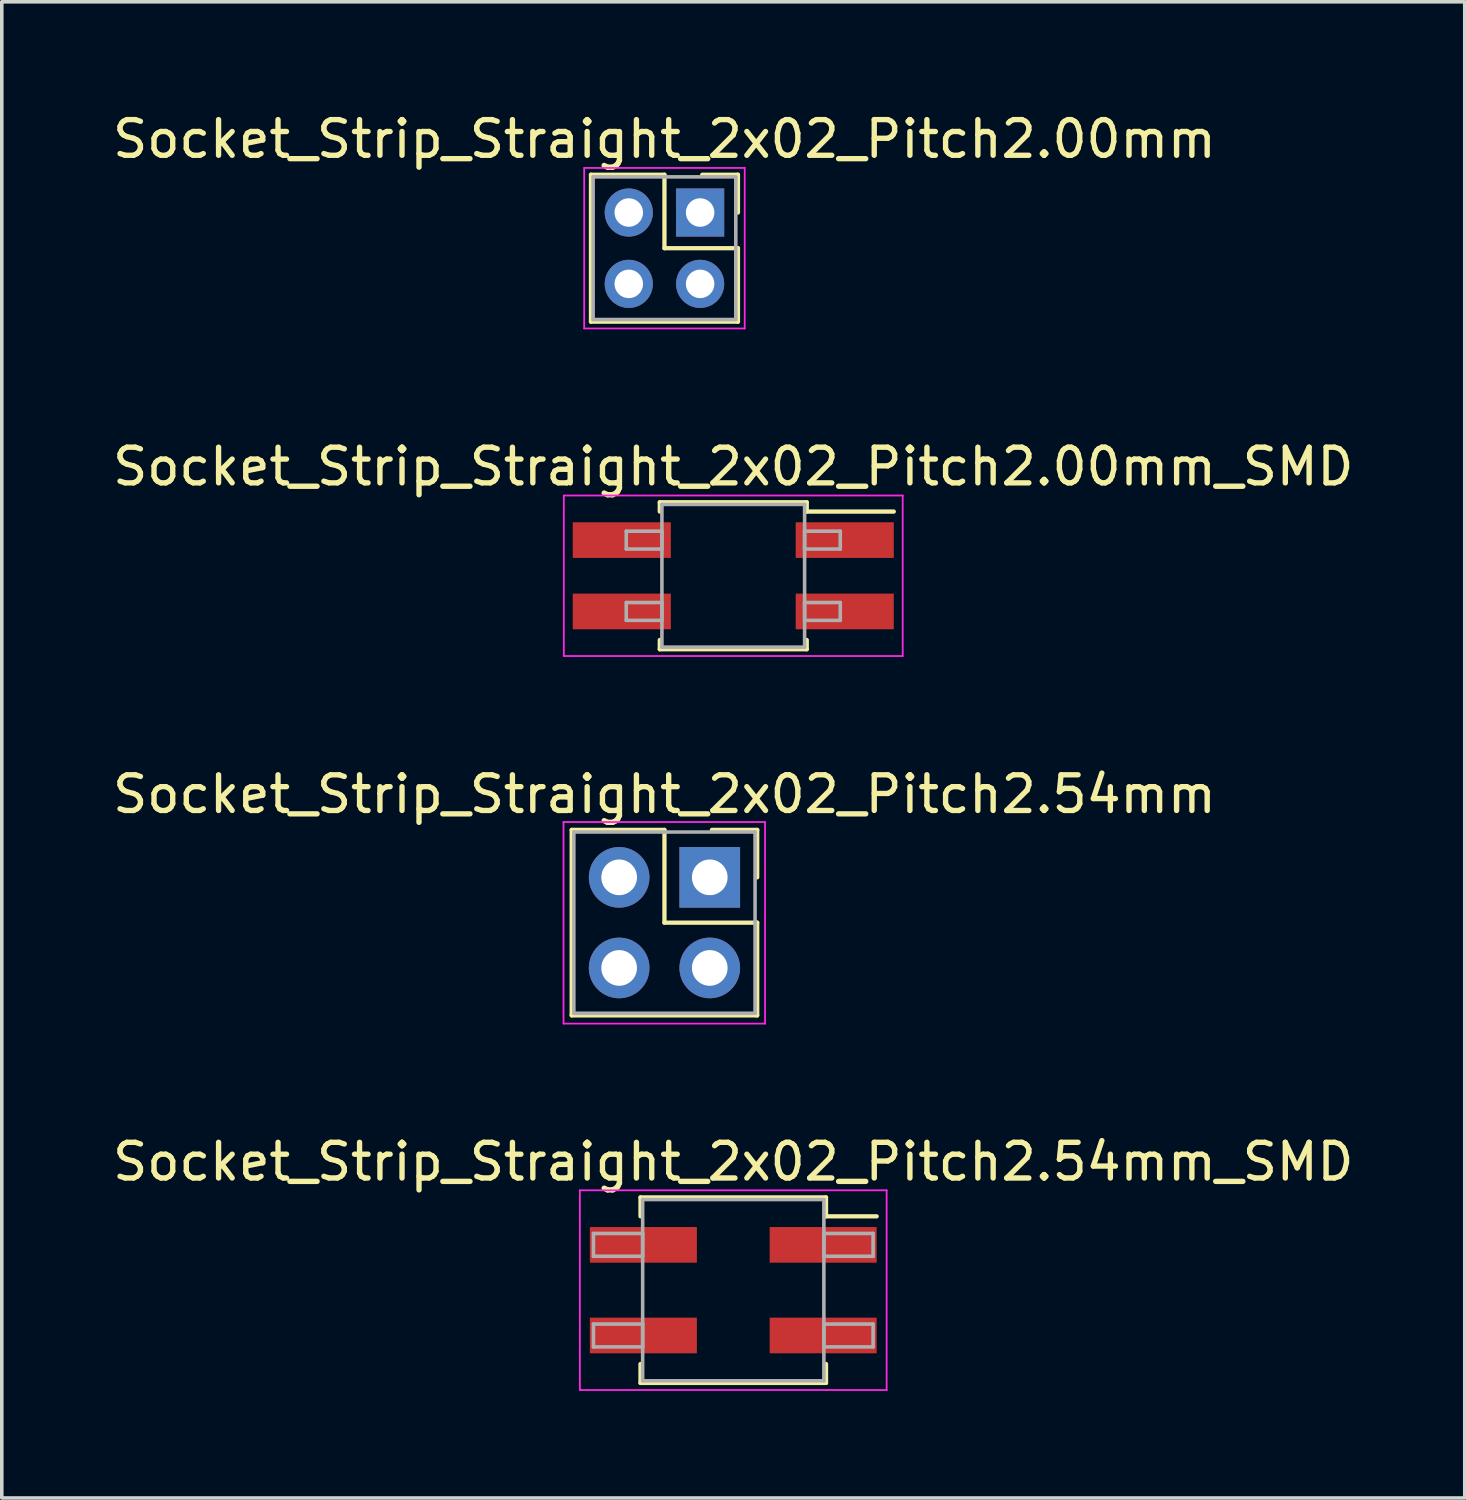
<source format=kicad_pcb>
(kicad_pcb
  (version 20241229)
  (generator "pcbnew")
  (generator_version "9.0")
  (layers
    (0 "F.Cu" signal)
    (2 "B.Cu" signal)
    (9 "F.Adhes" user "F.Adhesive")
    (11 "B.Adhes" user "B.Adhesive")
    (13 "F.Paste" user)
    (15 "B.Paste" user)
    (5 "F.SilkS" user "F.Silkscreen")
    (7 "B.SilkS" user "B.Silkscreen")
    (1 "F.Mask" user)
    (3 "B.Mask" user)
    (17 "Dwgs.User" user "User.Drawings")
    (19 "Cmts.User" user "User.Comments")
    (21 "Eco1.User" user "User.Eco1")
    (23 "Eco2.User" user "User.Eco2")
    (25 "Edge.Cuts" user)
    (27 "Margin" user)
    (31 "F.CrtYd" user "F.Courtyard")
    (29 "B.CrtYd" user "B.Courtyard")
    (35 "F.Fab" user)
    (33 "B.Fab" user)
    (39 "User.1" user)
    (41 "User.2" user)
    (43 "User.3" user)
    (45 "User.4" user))
  (footprint "Socket_Strip_Straight_2x02_Pitch2.00mm_SMD"
    (layer "F.Cu")
    (at 17.506 13.091)
    (property "Reference" "Socket_Strip_Straight_2x02_Pitch2.00mm_SMD" (at 0 -3.06 0) (layer "F.SilkS") (effects (font (size 1 1) (thickness 0.15))))
    (attr smd)
    (fp_line (start -2.06 -2.06) (end 2.06 -2.06) (stroke (width 0.12) (type solid)) (layer "F.SilkS"))
    (fp_line (start -2.06 -1.8) (end -2.06 -2.06) (stroke (width 0.12) (type solid)) (layer "F.SilkS"))
    (fp_line (start -2.06 1.8) (end -2.06 2.06) (stroke (width 0.12) (type solid)) (layer "F.SilkS"))
    (fp_line (start -2.06 2.06) (end 2.06 2.06) (stroke (width 0.12) (type solid)) (layer "F.SilkS"))
    (fp_line (start 2.06 -2.06) (end 2.06 -1.8) (stroke (width 0.12) (type solid)) (layer "F.SilkS"))
    (fp_line (start 2.06 2.06) (end 2.06 1.8) (stroke (width 0.12) (type solid)) (layer "F.SilkS"))
    (fp_line (start 4.5 -1.8) (end 2.06 -1.8) (stroke (width 0.12) (type solid)) (layer "F.SilkS"))
    (fp_line (start -4.75 -2.25) (end -4.75 2.25) (stroke (width 0.05) (type solid)) (layer "F.CrtYd"))
    (fp_line (start -4.75 2.25) (end 4.75 2.25) (stroke (width 0.05) (type solid)) (layer "F.CrtYd"))
    (fp_line (start 4.75 -2.25) (end -4.75 -2.25) (stroke (width 0.05) (type solid)) (layer "F.CrtYd"))
    (fp_line (start 4.75 2.25) (end 4.75 -2.25) (stroke (width 0.05) (type solid)) (layer "F.CrtYd"))
    (fp_line (start -3 -1.25) (end -2 -1.25) (stroke (width 0.1) (type solid)) (layer "F.Fab"))
    (fp_line (start -3 -0.75) (end -3 -1.25) (stroke (width 0.1) (type solid)) (layer "F.Fab"))
    (fp_line (start -3 0.75) (end -2 0.75) (stroke (width 0.1) (type solid)) (layer "F.Fab"))
    (fp_line (start -3 1.25) (end -3 0.75) (stroke (width 0.1) (type solid)) (layer "F.Fab"))
    (fp_line (start -2 -2) (end -2 2) (stroke (width 0.1) (type solid)) (layer "F.Fab"))
    (fp_line (start -2 -1.25) (end -2 -0.75) (stroke (width 0.1) (type solid)) (layer "F.Fab"))
    (fp_line (start -2 -0.75) (end -3 -0.75) (stroke (width 0.1) (type solid)) (layer "F.Fab"))
    (fp_line (start -2 0.75) (end -2 1.25) (stroke (width 0.1) (type solid)) (layer "F.Fab"))
    (fp_line (start -2 1.25) (end -3 1.25) (stroke (width 0.1) (type solid)) (layer "F.Fab"))
    (fp_line (start -2 2) (end 2 2) (stroke (width 0.1) (type solid)) (layer "F.Fab"))
    (fp_line (start 2 -2) (end -2 -2) (stroke (width 0.1) (type solid)) (layer "F.Fab"))
    (fp_line (start 2 -1.25) (end 2 -0.75) (stroke (width 0.1) (type solid)) (layer "F.Fab"))
    (fp_line (start 2 -0.75) (end 3 -0.75) (stroke (width 0.1) (type solid)) (layer "F.Fab"))
    (fp_line (start 2 0.75) (end 2 1.25) (stroke (width 0.1) (type solid)) (layer "F.Fab"))
    (fp_line (start 2 1.25) (end 3 1.25) (stroke (width 0.1) (type solid)) (layer "F.Fab"))
    (fp_line (start 2 2) (end 2 -2) (stroke (width 0.1) (type solid)) (layer "F.Fab"))
    (fp_line (start 3 -1.25) (end 2 -1.25) (stroke (width 0.1) (type solid)) (layer "F.Fab"))
    (fp_line (start 3 -0.75) (end 3 -1.25) (stroke (width 0.1) (type solid)) (layer "F.Fab"))
    (fp_line (start 3 0.75) (end 2 0.75) (stroke (width 0.1) (type solid)) (layer "F.Fab"))
    (fp_line (start 3 1.25) (end 3 0.75) (stroke (width 0.1) (type solid)) (layer "F.Fab"))
    (pad "1" smd rect (at 3.125 -1) (size 2.75 1) (layers "F.Cu" "F.Mask"))
    (pad "2" smd rect (at -3.125 -1) (size 2.75 1) (layers "F.Cu" "F.Mask"))
    (pad "3" smd rect (at 3.125 1) (size 2.75 1) (layers "F.Cu" "F.Mask"))
    (pad "4" smd rect (at -3.125 1) (size 2.75 1) (layers "F.Cu" "F.Mask")))
  (footprint "Socket_Strip_Straight_2x02_Pitch2.00mm"
    (layer "F.Cu")
    (at 16.577 2.908)
    (property "Reference" "Socket_Strip_Straight_2x02_Pitch2.00mm" (at -1 -2.06 0) (layer "F.SilkS") (effects (font (size 1 1) (thickness 0.15))))
    (attr through_hole)
    (fp_line (start -3.06 -1.06) (end -1 -1.06) (stroke (width 0.12) (type solid)) (layer "F.SilkS"))
    (fp_line (start -3.06 3.06) (end -3.06 -1.06) (stroke (width 0.12) (type solid)) (layer "F.SilkS"))
    (fp_line (start -1 -1.06) (end -1 1) (stroke (width 0.12) (type solid)) (layer "F.SilkS"))
    (fp_line (start -1 1) (end 1.06 1) (stroke (width 0.12) (type solid)) (layer "F.SilkS"))
    (fp_line (start 1.06 -1.06) (end 0.06 -1.06) (stroke (width 0.12) (type solid)) (layer "F.SilkS"))
    (fp_line (start 1.06 0) (end 1.06 -1.06) (stroke (width 0.12) (type solid)) (layer "F.SilkS"))
    (fp_line (start 1.06 1) (end 1.06 3.06) (stroke (width 0.12) (type solid)) (layer "F.SilkS"))
    (fp_line (start 1.06 3.06) (end -3.06 3.06) (stroke (width 0.12) (type solid)) (layer "F.SilkS"))
    (fp_line (start -3.25 -1.25) (end -3.25 3.25) (stroke (width 0.05) (type solid)) (layer "F.CrtYd"))
    (fp_line (start -3.25 3.25) (end 1.25 3.25) (stroke (width 0.05) (type solid)) (layer "F.CrtYd"))
    (fp_line (start 1.25 -1.25) (end -3.25 -1.25) (stroke (width 0.05) (type solid)) (layer "F.CrtYd"))
    (fp_line (start 1.25 3.25) (end 1.25 -1.25) (stroke (width 0.05) (type solid)) (layer "F.CrtYd"))
    (fp_line (start -3 -1) (end -3 3) (stroke (width 0.1) (type solid)) (layer "F.Fab"))
    (fp_line (start -3 3) (end 1 3) (stroke (width 0.1) (type solid)) (layer "F.Fab"))
    (fp_line (start 1 -1) (end -3 -1) (stroke (width 0.1) (type solid)) (layer "F.Fab"))
    (fp_line (start 1 3) (end 1 -1) (stroke (width 0.1) (type solid)) (layer "F.Fab"))
    (pad "1" thru_hole rect (at 0 0) (size 1.35 1.35) (drill 0.8) (layers "*.Cu" "*.Mask"))
    (pad "2" thru_hole oval (at -2 0) (size 1.35 1.35) (drill 0.8) (layers "*.Cu" "*.Mask"))
    (pad "3" thru_hole oval (at 0 2) (size 1.35 1.35) (drill 0.8) (layers "*.Cu" "*.Mask"))
    (pad "4" thru_hole oval (at -2 2) (size 1.35 1.35) (drill 0.8) (layers "*.Cu" "*.Mask")))
  (footprint "Socket_Strip_Straight_2x02_Pitch2.54mm_SMD"
    (layer "F.Cu")
    (at 17.506 33.118)
    (property "Reference" "Socket_Strip_Straight_2x02_Pitch2.54mm_SMD" (at 0 -3.6 0) (layer "F.SilkS") (effects (font (size 1 1) (thickness 0.15))))
    (attr smd)
    (fp_line (start -2.6 -2.6) (end 2.6 -2.6) (stroke (width 0.12) (type solid)) (layer "F.SilkS"))
    (fp_line (start -2.6 -2.07) (end -2.6 -2.6) (stroke (width 0.12) (type solid)) (layer "F.SilkS"))
    (fp_line (start -2.6 2.07) (end -2.6 2.6) (stroke (width 0.12) (type solid)) (layer "F.SilkS"))
    (fp_line (start -2.6 2.6) (end 2.6 2.6) (stroke (width 0.12) (type solid)) (layer "F.SilkS"))
    (fp_line (start 2.6 -2.6) (end 2.6 -2.07) (stroke (width 0.12) (type solid)) (layer "F.SilkS"))
    (fp_line (start 2.6 2.6) (end 2.6 2.07) (stroke (width 0.12) (type solid)) (layer "F.SilkS"))
    (fp_line (start 4.02 -2.07) (end 2.6 -2.07) (stroke (width 0.12) (type solid)) (layer "F.SilkS"))
    (fp_line (start -4.3 -2.8) (end -4.3 2.8) (stroke (width 0.05) (type solid)) (layer "F.CrtYd"))
    (fp_line (start -4.3 2.8) (end 4.3 2.8) (stroke (width 0.05) (type solid)) (layer "F.CrtYd"))
    (fp_line (start 4.3 -2.8) (end -4.3 -2.8) (stroke (width 0.05) (type solid)) (layer "F.CrtYd"))
    (fp_line (start 4.3 2.8) (end 4.3 -2.8) (stroke (width 0.05) (type solid)) (layer "F.CrtYd"))
    (fp_line (start -3.92 -1.59) (end -2.54 -1.59) (stroke (width 0.1) (type solid)) (layer "F.Fab"))
    (fp_line (start -3.92 -0.95) (end -3.92 -1.59) (stroke (width 0.1) (type solid)) (layer "F.Fab"))
    (fp_line (start -3.92 0.95) (end -2.54 0.95) (stroke (width 0.1) (type solid)) (layer "F.Fab"))
    (fp_line (start -3.92 1.59) (end -3.92 0.95) (stroke (width 0.1) (type solid)) (layer "F.Fab"))
    (fp_line (start -2.54 -2.54) (end -2.54 2.54) (stroke (width 0.1) (type solid)) (layer "F.Fab"))
    (fp_line (start -2.54 -1.59) (end -2.54 -0.95) (stroke (width 0.1) (type solid)) (layer "F.Fab"))
    (fp_line (start -2.54 -0.95) (end -3.92 -0.95) (stroke (width 0.1) (type solid)) (layer "F.Fab"))
    (fp_line (start -2.54 0.95) (end -2.54 1.59) (stroke (width 0.1) (type solid)) (layer "F.Fab"))
    (fp_line (start -2.54 1.59) (end -3.92 1.59) (stroke (width 0.1) (type solid)) (layer "F.Fab"))
    (fp_line (start -2.54 2.54) (end 2.54 2.54) (stroke (width 0.1) (type solid)) (layer "F.Fab"))
    (fp_line (start 2.54 -2.54) (end -2.54 -2.54) (stroke (width 0.1) (type solid)) (layer "F.Fab"))
    (fp_line (start 2.54 -1.59) (end 2.54 -0.95) (stroke (width 0.1) (type solid)) (layer "F.Fab"))
    (fp_line (start 2.54 -0.95) (end 3.92 -0.95) (stroke (width 0.1) (type solid)) (layer "F.Fab"))
    (fp_line (start 2.54 0.95) (end 2.54 1.59) (stroke (width 0.1) (type solid)) (layer "F.Fab"))
    (fp_line (start 2.54 1.59) (end 3.92 1.59) (stroke (width 0.1) (type solid)) (layer "F.Fab"))
    (fp_line (start 2.54 2.54) (end 2.54 -2.54) (stroke (width 0.1) (type solid)) (layer "F.Fab"))
    (fp_line (start 3.92 -1.59) (end 2.54 -1.59) (stroke (width 0.1) (type solid)) (layer "F.Fab"))
    (fp_line (start 3.92 -0.95) (end 3.92 -1.59) (stroke (width 0.1) (type solid)) (layer "F.Fab"))
    (fp_line (start 3.92 0.95) (end 2.54 0.95) (stroke (width 0.1) (type solid)) (layer "F.Fab"))
    (fp_line (start 3.92 1.59) (end 3.92 0.95) (stroke (width 0.1) (type solid)) (layer "F.Fab"))
    (pad "1" smd rect (at 2.52 -1.27) (size 3 1) (layers "F.Cu" "F.Mask"))
    (pad "2" smd rect (at -2.52 -1.27) (size 3 1) (layers "F.Cu" "F.Mask"))
    (pad "3" smd rect (at 2.52 1.27) (size 3 1) (layers "F.Cu" "F.Mask"))
    (pad "4" smd rect (at -2.52 1.27) (size 3 1) (layers "F.Cu" "F.Mask")))
  (footprint "Socket_Strip_Straight_2x02_Pitch2.54mm"
    (layer "F.Cu")
    (at 16.847 21.545)
    (property "Reference" "Socket_Strip_Straight_2x02_Pitch2.54mm" (at -1.27 -2.33 0) (layer "F.SilkS") (effects (font (size 1 1) (thickness 0.15))))
    (attr through_hole)
    (fp_line (start -3.87 -1.33) (end -1.27 -1.33) (stroke (width 0.12) (type solid)) (layer "F.SilkS"))
    (fp_line (start -3.87 3.87) (end -3.87 -1.33) (stroke (width 0.12) (type solid)) (layer "F.SilkS"))
    (fp_line (start -1.27 -1.33) (end -1.27 1.27) (stroke (width 0.12) (type solid)) (layer "F.SilkS"))
    (fp_line (start -1.27 1.27) (end 1.33 1.27) (stroke (width 0.12) (type solid)) (layer "F.SilkS"))
    (fp_line (start 1.33 -1.33) (end 0.06 -1.33) (stroke (width 0.12) (type solid)) (layer "F.SilkS"))
    (fp_line (start 1.33 0) (end 1.33 -1.33) (stroke (width 0.12) (type solid)) (layer "F.SilkS"))
    (fp_line (start 1.33 1.27) (end 1.33 3.87) (stroke (width 0.12) (type solid)) (layer "F.SilkS"))
    (fp_line (start 1.33 3.87) (end -3.87 3.87) (stroke (width 0.12) (type solid)) (layer "F.SilkS"))
    (fp_line (start -4.1 -1.55) (end -4.1 4.1) (stroke (width 0.05) (type solid)) (layer "F.CrtYd"))
    (fp_line (start -4.1 4.1) (end 1.55 4.1) (stroke (width 0.05) (type solid)) (layer "F.CrtYd"))
    (fp_line (start 1.55 -1.55) (end -4.1 -1.55) (stroke (width 0.05) (type solid)) (layer "F.CrtYd"))
    (fp_line (start 1.55 4.1) (end 1.55 -1.55) (stroke (width 0.05) (type solid)) (layer "F.CrtYd"))
    (fp_line (start -3.81 -1.27) (end -3.81 3.81) (stroke (width 0.1) (type solid)) (layer "F.Fab"))
    (fp_line (start -3.81 3.81) (end 1.27 3.81) (stroke (width 0.1) (type solid)) (layer "F.Fab"))
    (fp_line (start 1.27 -1.27) (end -3.81 -1.27) (stroke (width 0.1) (type solid)) (layer "F.Fab"))
    (fp_line (start 1.27 3.81) (end 1.27 -1.27) (stroke (width 0.1) (type solid)) (layer "F.Fab"))
    (pad "1" thru_hole rect (at 0 0) (size 1.7 1.7) (drill 1) (layers "*.Cu" "*.Mask"))
    (pad "2" thru_hole oval (at -2.54 0) (size 1.7 1.7) (drill 1) (layers "*.Cu" "*.Mask"))
    (pad "3" thru_hole oval (at 0 2.54) (size 1.7 1.7) (drill 1) (layers "*.Cu" "*.Mask"))
    (pad "4" thru_hole oval (at -2.54 2.54) (size 1.7 1.7) (drill 1) (layers "*.Cu" "*.Mask")))
  (gr_rect
    (start -3 -3)
    (end 38.012 38.943)
    (stroke (width 0.1) (type default))
    (fill no)
    (layer "Edge.Cuts")))
</source>
